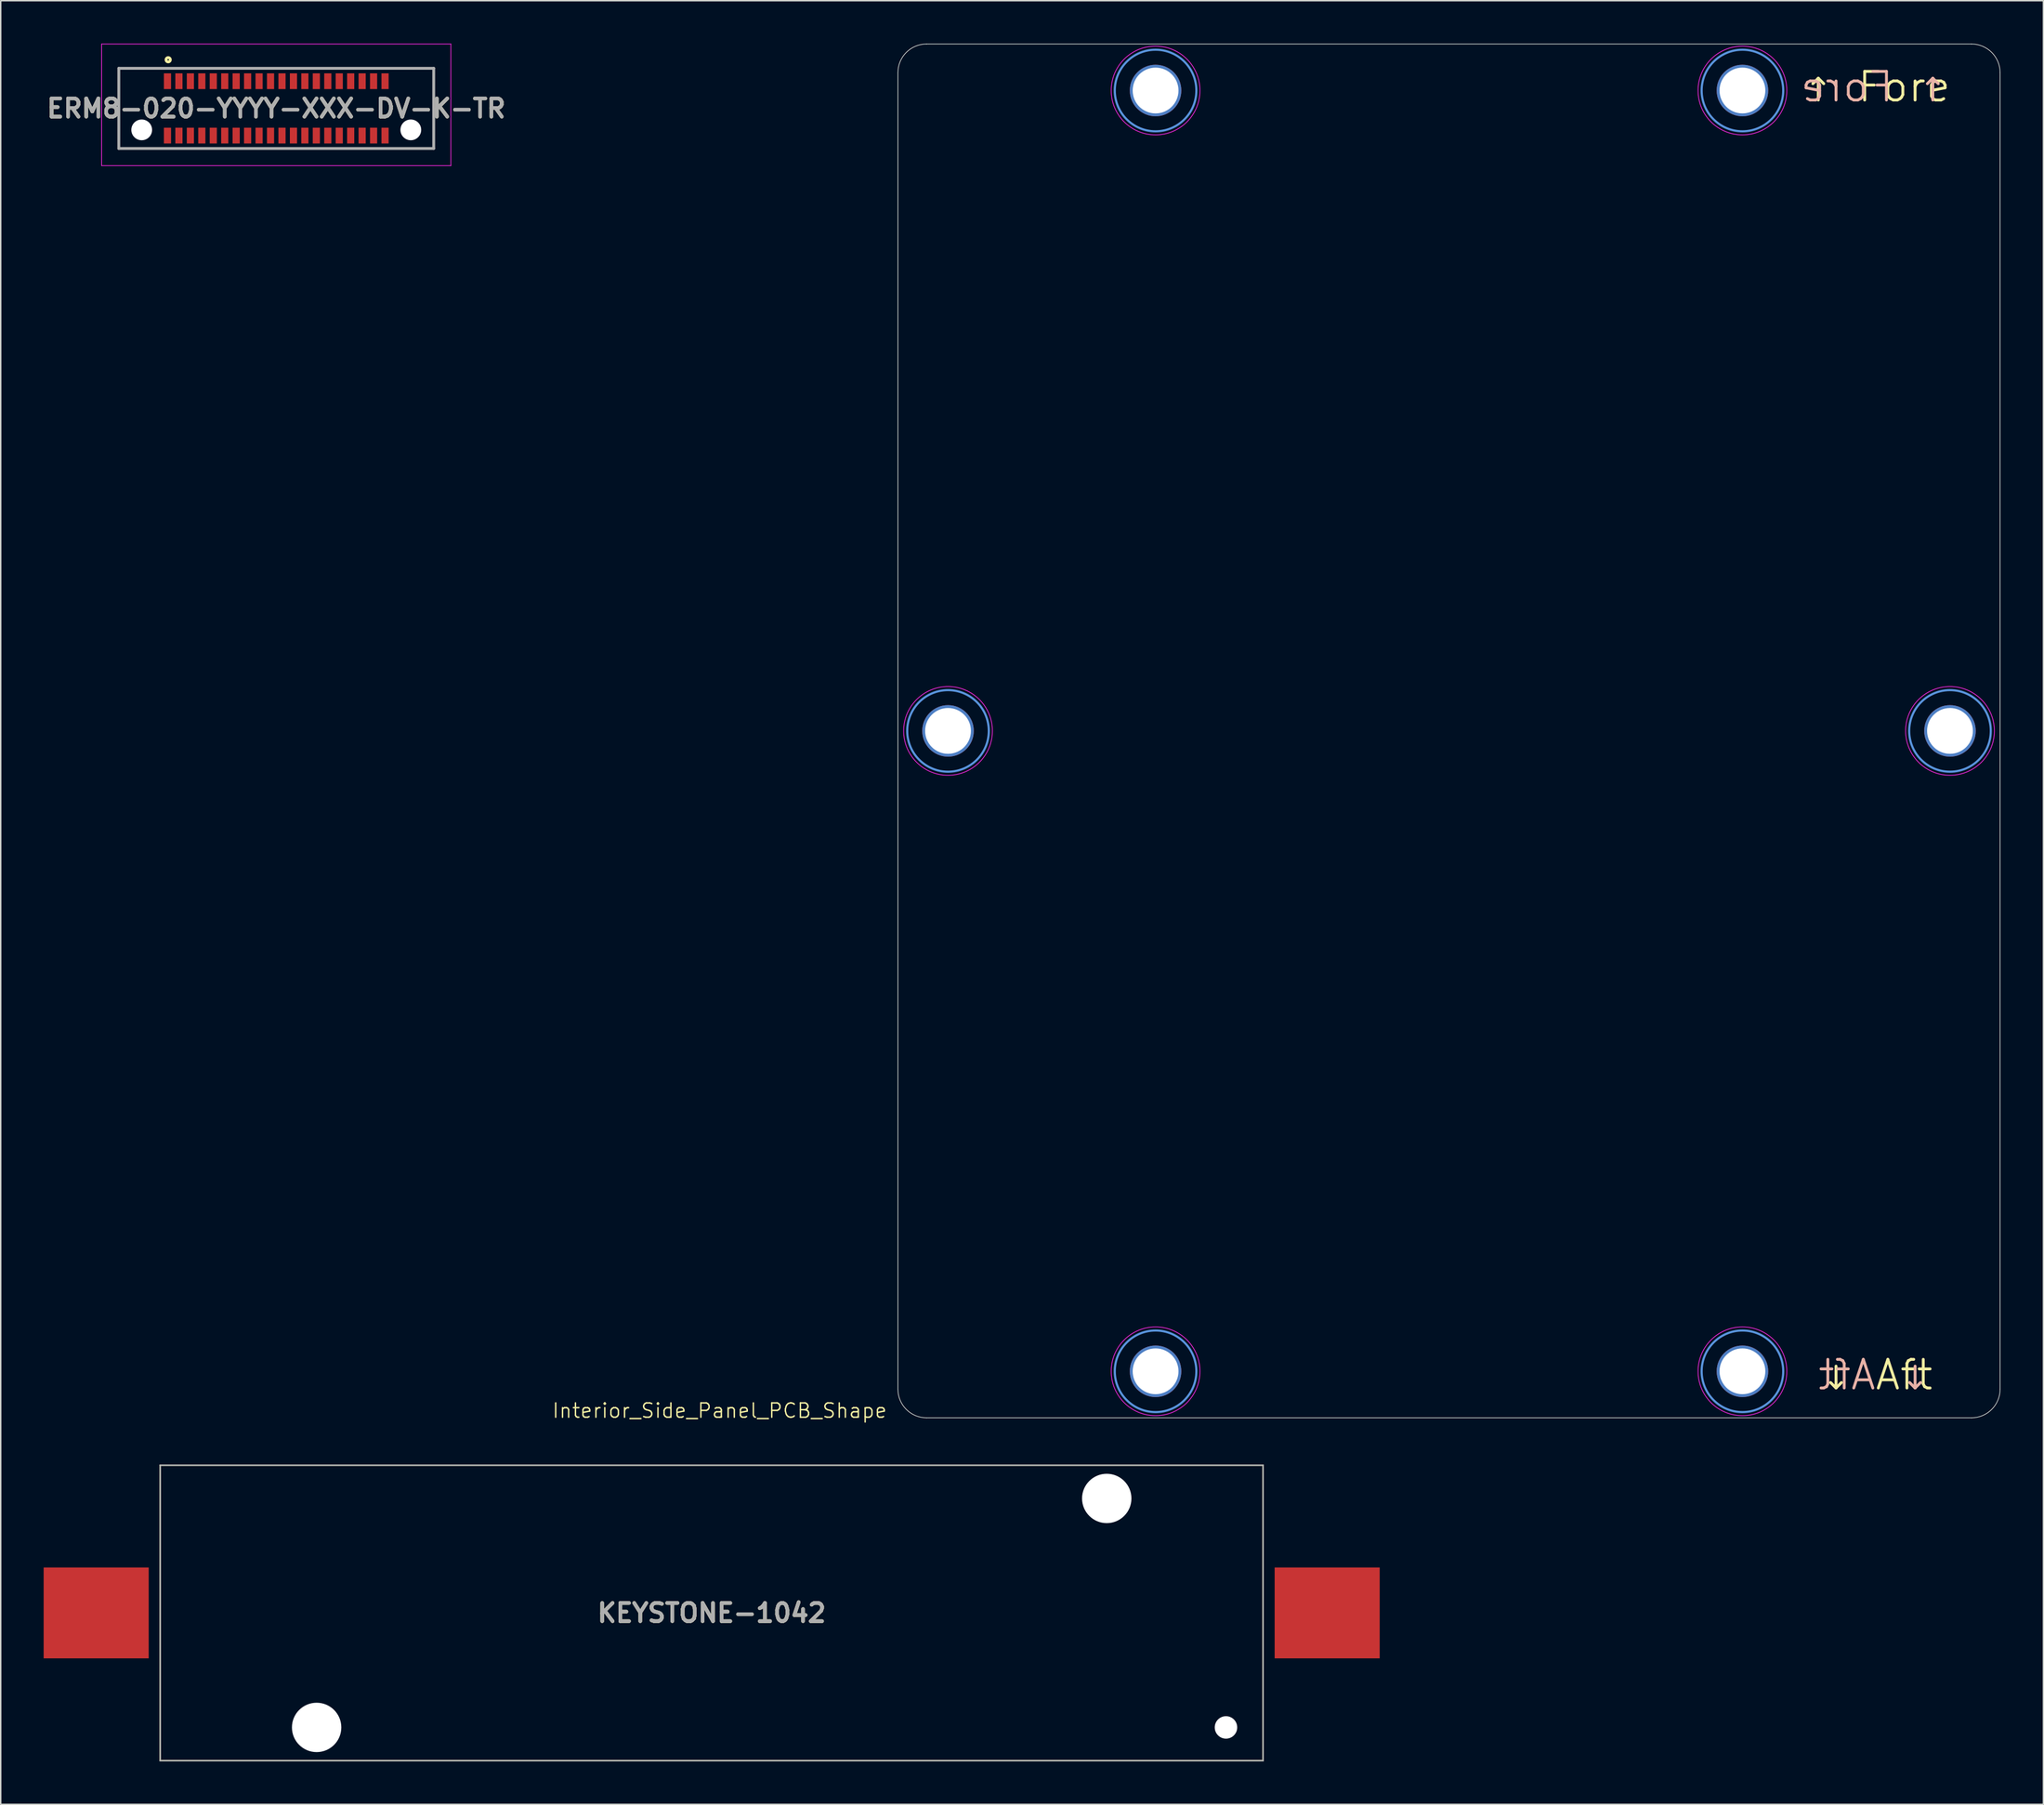
<source format=kicad_pcb>
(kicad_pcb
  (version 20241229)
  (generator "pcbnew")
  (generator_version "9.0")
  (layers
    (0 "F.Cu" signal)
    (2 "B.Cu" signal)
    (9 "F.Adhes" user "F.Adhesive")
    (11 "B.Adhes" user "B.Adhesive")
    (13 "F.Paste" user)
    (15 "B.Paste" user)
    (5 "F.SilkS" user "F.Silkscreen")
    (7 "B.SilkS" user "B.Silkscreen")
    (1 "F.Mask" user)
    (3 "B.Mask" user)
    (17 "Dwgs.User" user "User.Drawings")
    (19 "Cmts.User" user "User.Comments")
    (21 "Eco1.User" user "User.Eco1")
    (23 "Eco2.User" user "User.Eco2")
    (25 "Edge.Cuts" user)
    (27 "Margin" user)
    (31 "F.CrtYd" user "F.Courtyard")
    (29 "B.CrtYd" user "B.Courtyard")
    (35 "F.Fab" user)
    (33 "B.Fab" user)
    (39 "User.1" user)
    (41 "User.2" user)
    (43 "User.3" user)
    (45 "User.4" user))
  (footprint "ERM8-020-YYYY-XXX-DV-K-TR"
    (layer "F.Cu")
    (at 16.25 4.525)
    (property "Reference" "ERM8-020-YYYY-XXX-DV-K-TR" (at 0 0 0) (layer "F.SilkS") (effects (font (size 1.27 1.27) (thickness 0.254))))
    (attr through_hole)
    (fp_line (start -11 -2.8) (end 11 -2.8) (stroke (width 0.1) (type solid)) (layer "F.SilkS"))
    (fp_line (start -11 2.8) (end -11 -2.8) (stroke (width 0.1) (type solid)) (layer "F.SilkS"))
    (fp_line (start 11 -2.8) (end 11 2.8) (stroke (width 0.1) (type solid)) (layer "F.SilkS"))
    (fp_line (start 11 2.8) (end -11 2.8) (stroke (width 0.1) (type solid)) (layer "F.SilkS"))
    (fp_circle (center -7.55 -3.4) (end -7.55 -3.35) (stroke (width 0.2) (type solid)) (fill no) (layer "F.SilkS"))
    (fp_line (start -12.2 -4.5) (end 12.2 -4.5) (stroke (width 0.05) (type solid)) (layer "F.CrtYd"))
    (fp_line (start -12.2 4) (end -12.2 -4.5) (stroke (width 0.05) (type solid)) (layer "F.CrtYd"))
    (fp_line (start 12.2 -4.5) (end 12.2 4) (stroke (width 0.05) (type solid)) (layer "F.CrtYd"))
    (fp_line (start 12.2 4) (end -12.2 4) (stroke (width 0.05) (type solid)) (layer "F.CrtYd"))
    (fp_line (start -11 -2.8) (end 11 -2.8) (stroke (width 0.2) (type solid)) (layer "F.Fab"))
    (fp_line (start -11 2.8) (end -11 -2.8) (stroke (width 0.2) (type solid)) (layer "F.Fab"))
    (fp_line (start 11 -2.8) (end 11 2.8) (stroke (width 0.2) (type solid)) (layer "F.Fab"))
    (fp_line (start 11 2.8) (end -11 2.8) (stroke (width 0.2) (type solid)) (layer "F.Fab"))
    (fp_text user "${REFERENCE}" (at 0 0 0) (layer "F.Fab") (effects (font (size 1.27 1.27) (thickness 0.254))))
    (pad "" np_thru_hole circle (at -9.4 1.5) (size 1.45 1.45) (drill 1.45) (layers "*.Cu" "*.Mask"))
    (pad "" np_thru_hole circle (at 9.4 1.5) (size 1.45 1.45) (drill 1.45) (layers "*.Cu" "*.Mask"))
    (pad "1" smd rect (at -7.6 -1.9) (size 0.5 1.1) (layers "F.Cu" "F.Mask" "F.Paste"))
    (pad "2" smd rect (at -7.6 1.9) (size 0.5 1.1) (layers "F.Cu" "F.Mask" "F.Paste"))
    (pad "3" smd rect (at -6.8 -1.9) (size 0.5 1.1) (layers "F.Cu" "F.Mask" "F.Paste"))
    (pad "4" smd rect (at -6.8 1.9) (size 0.5 1.1) (layers "F.Cu" "F.Mask" "F.Paste"))
    (pad "5" smd rect (at -6 -1.9) (size 0.5 1.1) (layers "F.Cu" "F.Mask" "F.Paste"))
    (pad "6" smd rect (at -6 1.9) (size 0.5 1.1) (layers "F.Cu" "F.Mask" "F.Paste"))
    (pad "7" smd rect (at -5.2 -1.9) (size 0.5 1.1) (layers "F.Cu" "F.Mask" "F.Paste"))
    (pad "8" smd rect (at -5.2 1.9) (size 0.5 1.1) (layers "F.Cu" "F.Mask" "F.Paste"))
    (pad "9" smd rect (at -4.4 -1.9) (size 0.5 1.1) (layers "F.Cu" "F.Mask" "F.Paste"))
    (pad "10" smd rect (at -4.4 1.9) (size 0.5 1.1) (layers "F.Cu" "F.Mask" "F.Paste"))
    (pad "11" smd rect (at -3.6 -1.9) (size 0.5 1.1) (layers "F.Cu" "F.Mask" "F.Paste"))
    (pad "12" smd rect (at -3.6 1.9) (size 0.5 1.1) (layers "F.Cu" "F.Mask" "F.Paste"))
    (pad "13" smd rect (at -2.8 -1.9) (size 0.5 1.1) (layers "F.Cu" "F.Mask" "F.Paste"))
    (pad "14" smd rect (at -2.8 1.9) (size 0.5 1.1) (layers "F.Cu" "F.Mask" "F.Paste"))
    (pad "15" smd rect (at -2 -1.9) (size 0.5 1.1) (layers "F.Cu" "F.Mask" "F.Paste"))
    (pad "16" smd rect (at -2 1.9) (size 0.5 1.1) (layers "F.Cu" "F.Mask" "F.Paste"))
    (pad "17" smd rect (at -1.2 -1.9) (size 0.5 1.1) (layers "F.Cu" "F.Mask" "F.Paste"))
    (pad "18" smd rect (at -1.2 1.9) (size 0.5 1.1) (layers "F.Cu" "F.Mask" "F.Paste"))
    (pad "19" smd rect (at -0.4 -1.9) (size 0.5 1.1) (layers "F.Cu" "F.Mask" "F.Paste"))
    (pad "20" smd rect (at -0.4 1.9) (size 0.5 1.1) (layers "F.Cu" "F.Mask" "F.Paste"))
    (pad "21" smd rect (at 0.4 -1.9) (size 0.5 1.1) (layers "F.Cu" "F.Mask" "F.Paste"))
    (pad "22" smd rect (at 0.4 1.9) (size 0.5 1.1) (layers "F.Cu" "F.Mask" "F.Paste"))
    (pad "23" smd rect (at 1.2 -1.9) (size 0.5 1.1) (layers "F.Cu" "F.Mask" "F.Paste"))
    (pad "24" smd rect (at 1.2 1.9) (size 0.5 1.1) (layers "F.Cu" "F.Mask" "F.Paste"))
    (pad "25" smd rect (at 2 -1.9) (size 0.5 1.1) (layers "F.Cu" "F.Mask" "F.Paste"))
    (pad "26" smd rect (at 2 1.9) (size 0.5 1.1) (layers "F.Cu" "F.Mask" "F.Paste"))
    (pad "27" smd rect (at 2.8 -1.9) (size 0.5 1.1) (layers "F.Cu" "F.Mask" "F.Paste"))
    (pad "28" smd rect (at 2.8 1.9) (size 0.5 1.1) (layers "F.Cu" "F.Mask" "F.Paste"))
    (pad "29" smd rect (at 3.6 -1.9) (size 0.5 1.1) (layers "F.Cu" "F.Mask" "F.Paste"))
    (pad "30" smd rect (at 3.6 1.9) (size 0.5 1.1) (layers "F.Cu" "F.Mask" "F.Paste"))
    (pad "31" smd rect (at 4.4 -1.9) (size 0.5 1.1) (layers "F.Cu" "F.Mask" "F.Paste"))
    (pad "32" smd rect (at 4.4 1.9) (size 0.5 1.1) (layers "F.Cu" "F.Mask" "F.Paste"))
    (pad "33" smd rect (at 5.2 -1.9) (size 0.5 1.1) (layers "F.Cu" "F.Mask" "F.Paste"))
    (pad "34" smd rect (at 5.2 1.9) (size 0.5 1.1) (layers "F.Cu" "F.Mask" "F.Paste"))
    (pad "35" smd rect (at 6 -1.9) (size 0.5 1.1) (layers "F.Cu" "F.Mask" "F.Paste"))
    (pad "36" smd rect (at 6 1.9) (size 0.5 1.1) (layers "F.Cu" "F.Mask" "F.Paste"))
    (pad "37" smd rect (at 6.8 -1.9) (size 0.5 1.1) (layers "F.Cu" "F.Mask" "F.Paste"))
    (pad "38" smd rect (at 6.8 1.9) (size 0.5 1.1) (layers "F.Cu" "F.Mask" "F.Paste"))
    (pad "39" smd rect (at 7.6 -1.9) (size 0.5 1.1) (layers "F.Cu" "F.Mask" "F.Paste"))
    (pad "40" smd rect (at 7.6 1.9) (size 0.5 1.1) (layers "F.Cu" "F.Mask" "F.Paste")))
  (footprint "Interior_Side_Panel_PCB_Shape"
    (layer "F.Cu")
    (at 58.981 96.025)
    (property "Reference" "Interior_Side_Panel_PCB_Shape" (at 0 -0.5 0) (unlocked yes) (layer "F.SilkS") (effects (font (size 1 1) (thickness 0.1)) (justify right)))
    (attr through_hole exclude_from_pos_files exclude_from_bom allow_missing_courtyard)
    (fp_circle (center 4.2 -48) (end 7.05 -48) (stroke (width 0.15) (type solid)) (fill no) (layer "Cmts.User"))
    (fp_circle (center 18.7 -92.75) (end 21.55 -92.75) (stroke (width 0.15) (type solid)) (fill no) (layer "Cmts.User"))
    (fp_circle (center 18.7 -3.25) (end 21.55 -3.25) (stroke (width 0.15) (type solid)) (fill no) (layer "Cmts.User"))
    (fp_circle (center 59.7 -92.75) (end 62.55 -92.75) (stroke (width 0.15) (type solid)) (fill no) (layer "Cmts.User"))
    (fp_circle (center 59.7 -3.25) (end 62.55 -3.25) (stroke (width 0.15) (type solid)) (fill no) (layer "Cmts.User"))
    (fp_circle (center 74.2 -48) (end 77.05 -48) (stroke (width 0.15) (type solid)) (fill no) (layer "Cmts.User"))
    (fp_line (start 0.7 -94) (end 0.7 -2) (stroke (width 0.05) (type default)) (layer "Edge.Cuts"))
    (fp_line (start 2.7 -96) (end 75.7 -96) (stroke (width 0.05) (type default)) (layer "Edge.Cuts"))
    (fp_line (start 75.7 0) (end 2.7 0) (stroke (width 0.05) (type default)) (layer "Edge.Cuts"))
    (fp_line (start 77.7 -94) (end 77.7 -2) (stroke (width 0.05) (type default)) (layer "Edge.Cuts"))
    (fp_arc (start 0.7 -94) (mid 1.285786 -95.414214) (end 2.7 -96) (stroke (width 0.05) (type default)) (layer "Edge.Cuts"))
    (fp_arc (start 2.7 0) (mid 1.285786 -0.585786) (end 0.7 -2) (stroke (width 0.05) (type default)) (layer "Edge.Cuts"))
    (fp_arc (start 75.7 -96) (mid 77.114214 -95.414214) (end 77.7 -94) (stroke (width 0.05) (type default)) (layer "Edge.Cuts"))
    (fp_arc (start 77.7 -2) (mid 77.114214 -0.585786) (end 75.7 0) (stroke (width 0.05) (type default)) (layer "Edge.Cuts"))
    (fp_circle (center 4.2 -48) (end 7.3 -48) (stroke (width 0.05) (type solid)) (fill no) (layer "F.CrtYd"))
    (fp_circle (center 18.7 -92.75) (end 21.8 -92.75) (stroke (width 0.05) (type solid)) (fill no) (layer "F.CrtYd"))
    (fp_circle (center 18.7 -3.25) (end 21.8 -3.25) (stroke (width 0.05) (type solid)) (fill no) (layer "F.CrtYd"))
    (fp_circle (center 59.7 -92.75) (end 62.8 -92.75) (stroke (width 0.05) (type solid)) (fill no) (layer "F.CrtYd"))
    (fp_circle (center 59.7 -3.25) (end 62.8 -3.25) (stroke (width 0.05) (type solid)) (fill no) (layer "F.CrtYd"))
    (fp_circle (center 74.2 -48) (end 77.3 -48) (stroke (width 0.05) (type solid)) (fill no) (layer "F.CrtYd"))
    (fp_text user "↑ Fore" (at 69 -93 0) (unlocked yes) (layer "F.SilkS") (effects (font (size 2 2) (thickness 0.2))))
    (fp_text user "↓ Aft" (at 69 -3 0) (unlocked yes) (layer "F.SilkS") (effects (font (size 2 2) (thickness 0.2))))
    (fp_text user "↓ Aft" (at 69 -3 0) (unlocked yes) (layer "B.SilkS") (effects (font (size 2 2) (thickness 0.2)) (justify mirror)))
    (fp_text user "↑ Fore" (at 69 -93 0) (unlocked yes) (layer "B.SilkS") (effects (font (size 2 2) (thickness 0.2)) (justify mirror)))
    (pad "1" thru_hole circle (at 18.7 -92.75) (size 3.6 3.6) (drill 3.2) (layers "*.Cu" "*.Mask"))
    (pad "2" thru_hole circle (at 59.7 -92.75) (size 3.6 3.6) (drill 3.2) (layers "*.Cu" "*.Mask"))
    (pad "3" thru_hole circle (at 4.2 -48) (size 3.6 3.6) (drill 3.2) (layers "*.Cu" "*.Mask"))
    (pad "4" thru_hole circle (at 74.2 -48) (size 3.6 3.6) (drill 3.2) (layers "*.Cu" "*.Mask"))
    (pad "5" thru_hole circle (at 18.7 -3.25) (size 3.6 3.6) (drill 3.2) (layers "*.Cu" "*.Mask"))
    (pad "6" thru_hole circle (at 59.7 -3.25) (size 3.6 3.6) (drill 3.2) (layers "*.Cu" "*.Mask")))
  (footprint "KEYSTONE-1042"
    (layer "F.Cu")
    (at 46.67 109.66)
    (property "Reference" "KEYSTONE-1042" (at 0 0 0) (layer "F.SilkS") (effects (font (size 1.27 1.27) (thickness 0.254))))
    (attr through_hole)
    (fp_line (start -38.525 -10.325) (end 38.525 -10.325) (stroke (width 0.1) (type solid)) (layer "F.SilkS"))
    (fp_line (start -38.525 10.325) (end -38.525 -10.325) (stroke (width 0.1) (type solid)) (layer "F.SilkS"))
    (fp_line (start 38.525 -10.325) (end 38.525 10.325) (stroke (width 0.1) (type solid)) (layer "F.SilkS"))
    (fp_line (start 38.525 10.325) (end -38.525 10.325) (stroke (width 0.1) (type solid)) (layer "F.SilkS"))
    (fp_line (start -38.525 -10.325) (end 38.525 -10.325) (stroke (width 0.1) (type solid)) (layer "F.Fab"))
    (fp_line (start -38.525 10.325) (end -38.525 -10.325) (stroke (width 0.1) (type solid)) (layer "F.Fab"))
    (fp_line (start 38.525 -10.325) (end 38.525 10.325) (stroke (width 0.1) (type solid)) (layer "F.Fab"))
    (fp_line (start 38.525 10.325) (end -38.525 10.325) (stroke (width 0.1) (type solid)) (layer "F.Fab"))
    (fp_text user "${REFERENCE}" (at 0 0 0) (layer "F.Fab") (effects (font (size 1.27 1.27) (thickness 0.254))))
    (pad "" np_thru_hole circle (at -27.6 8) (size 3.45 3.45) (drill 3.45) (layers "*.Cu" "*.Mask"))
    (pad "" np_thru_hole circle (at 27.6 -8) (size 3.45 3.45) (drill 3.45) (layers "*.Cu" "*.Mask"))
    (pad "" np_thru_hole circle (at 35.93 8) (size 1.57 1.57) (drill 1.57) (layers "*.Cu" "*.Mask"))
    (pad "1" smd rect (at -43 0 90) (size 6.35 7.34) (layers "F.Cu" "F.Mask" "F.Paste"))
    (pad "2" smd rect (at 43 0 90) (size 6.35 7.34) (layers "F.Cu" "F.Mask" "F.Paste")))
  (gr_rect
    (start -3 -3)
    (end 139.706 123.035)
    (stroke (width 0.1) (type default))
    (fill no)
    (layer "Edge.Cuts")))
</source>
